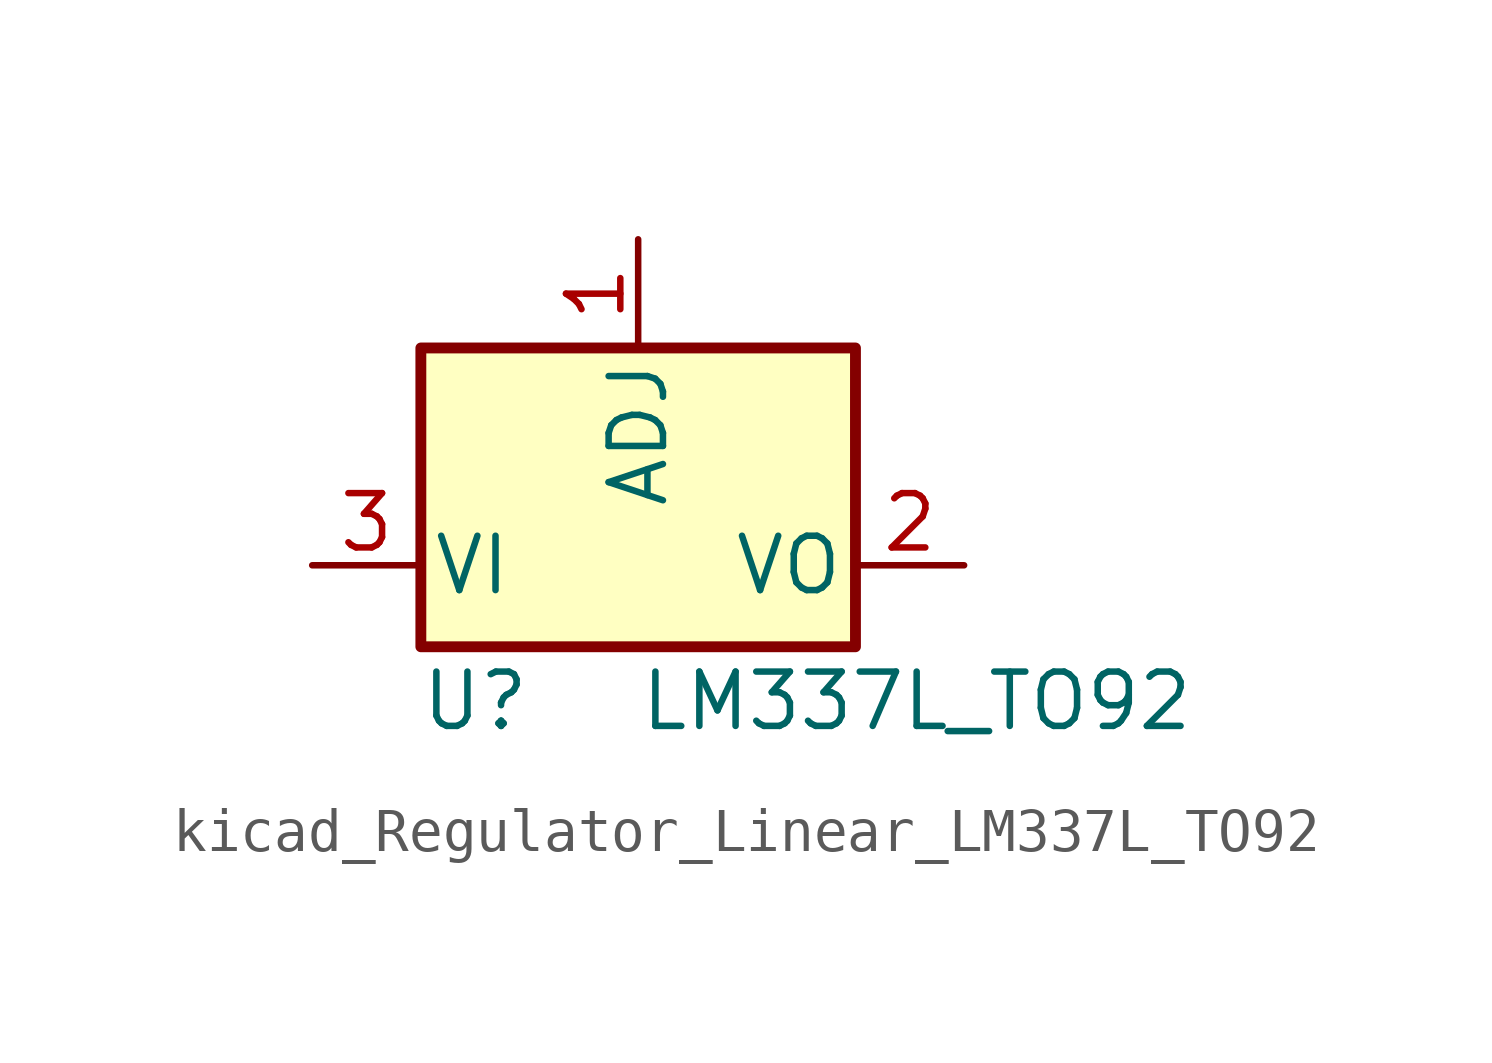
<source format=kicad_sym>
(kicad_symbol_lib
  (version 20220914)
  (generator kicad_symbol_editor)
  (symbol "kicad_Regulator_Linear_LM337L_TO92"
    (pin_names
      (offset 0.254))
    (property "Reference" "U"
      (at -3.81 -3.175 0)
      (effects (font (size 1.27 1.27))))
    (property "Value" "LM337L_TO92"
      (at 0 -3.175 0)
      (effects (font (size 1.27 1.27)) (justify left)))
    (symbol "kicad_Regulator_Linear_LM337L_TO92_0_1"
      (rectangle (start -5.08 5.08) (end 5.08 -1.905) (stroke (width 0.254) (type default)) (fill (type background))))
    (symbol "kicad_Regulator_Linear_LM337L_TO92_1_1"
      (pin input line (at 0 7.62 270) (length 2.54) (name "ADJ" (effects (font (size 1.27 1.27)))) (number "1" (effects (font (size 1.27 1.27)))))
      (pin power_out line (at 7.62 0 180) (length 2.54) (name "VO" (effects (font (size 1.27 1.27)))) (number "2" (effects (font (size 1.27 1.27)))))
      (pin power_in line (at -7.62 0 0) (length 2.54) (name "VI" (effects (font (size 1.27 1.27)))) (number "3" (effects (font (size 1.27 1.27))))))))
</source>
